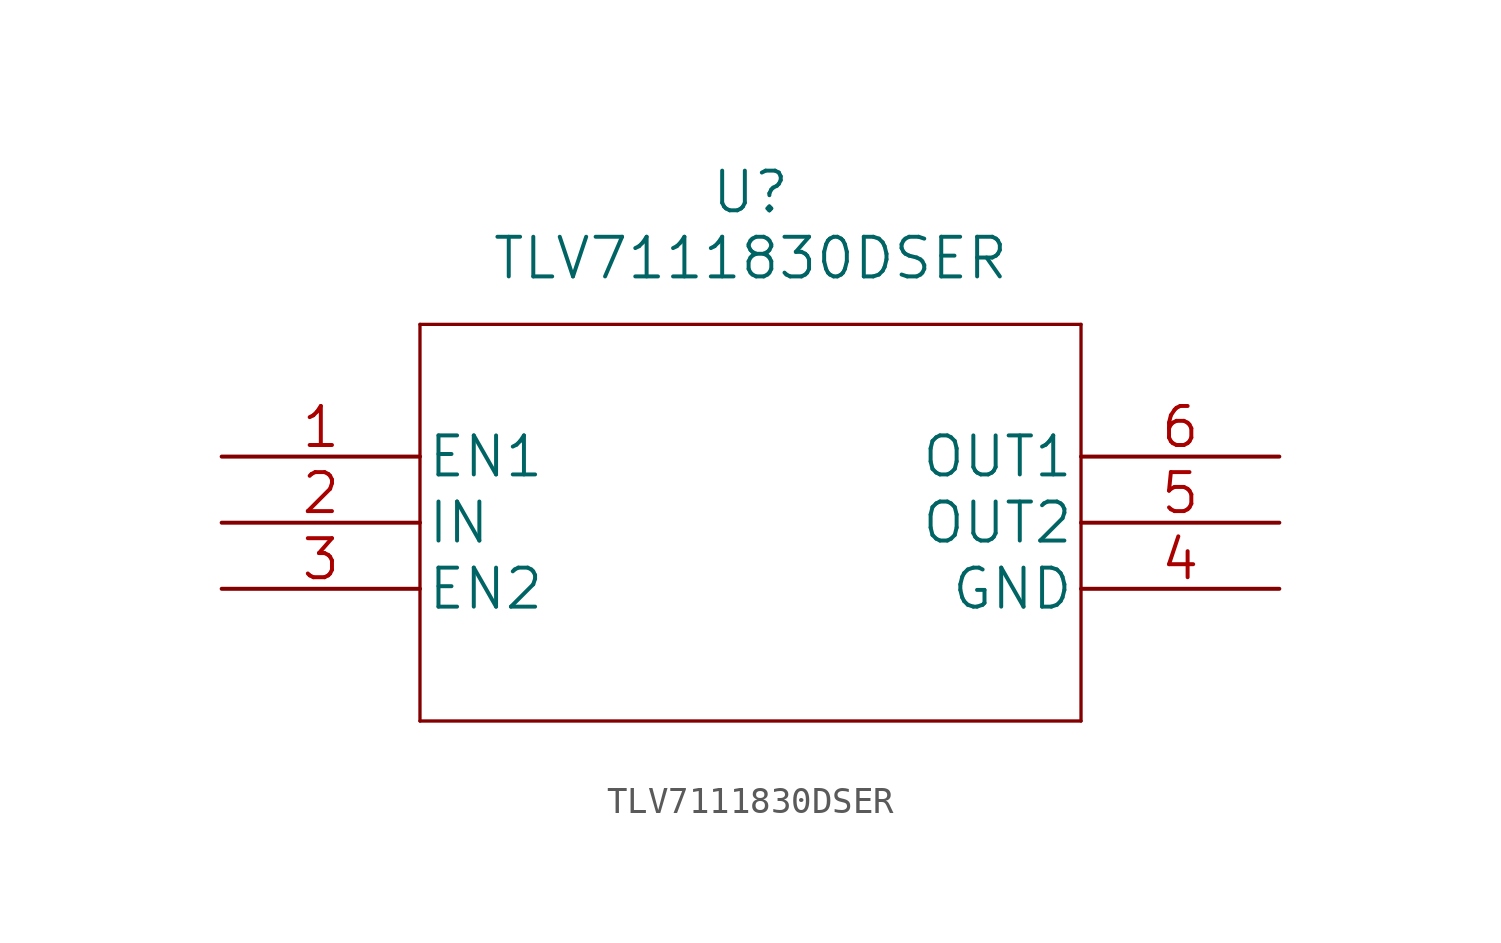
<source format=kicad_sym>
(kicad_symbol_lib
  (version 20201005)
  (generator kicad_symbol_editor)
  (symbol "TLV7111830DSER"
    (pin_names
      (offset 0.254))
    (property "Reference" "U"
      (at 20.32 10.16 0)
      (effects (font (size 1.524 1.524))))
    (property "Value" "TLV7111830DSER"
      (at 20.32 7.62 0)
      (effects (font (size 1.524 1.524))))
    (property "Datasheet" ""
      (at 0 0 0)
      (effects (font (size 1.524 1.524))))
    (property "ki_locked" ""
      (at 0 0 0)
      (effects (font (size 1.27 1.27))))
    (symbol "TLV7111830DSER_1_1"
      (polyline (pts (xy 7.62 -10.16) (xy 33.02 -10.16)) (stroke (width 0.127)) (fill (type none)))
      (polyline (pts (xy 7.62 5.08) (xy 7.62 -10.16)) (stroke (width 0.127)) (fill (type none)))
      (polyline (pts (xy 33.02 -10.16) (xy 33.02 5.08)) (stroke (width 0.127)) (fill (type none)))
      (polyline (pts (xy 33.02 5.08) (xy 7.62 5.08)) (stroke (width 0.127)) (fill (type none)))
      (pin input line (at 0 0 0) (length 7.62) (name "EN1" (effects (font (size 1.499 1.499)))) (number "1" (effects (font (size 1.499 1.499)))))
      (pin power_in line (at 0 -2.54 0) (length 7.62) (name "IN" (effects (font (size 1.499 1.499)))) (number "2" (effects (font (size 1.499 1.499)))))
      (pin input line (at 0 -5.08 0) (length 7.62) (name "EN2" (effects (font (size 1.499 1.499)))) (number "3" (effects (font (size 1.499 1.499)))))
      (pin power_in line (at 40.64 -5.08 180) (length 7.62) (name "GND" (effects (font (size 1.499 1.499)))) (number "4" (effects (font (size 1.499 1.499)))))
      (pin power_out line (at 40.64 -2.54 180) (length 7.62) (name "OUT2" (effects (font (size 1.499 1.499)))) (number "5" (effects (font (size 1.499 1.499)))))
      (pin power_out line (at 40.64 0 180) (length 7.62) (name "OUT1" (effects (font (size 1.499 1.499)))) (number "6" (effects (font (size 1.499 1.499))))))))
</source>
